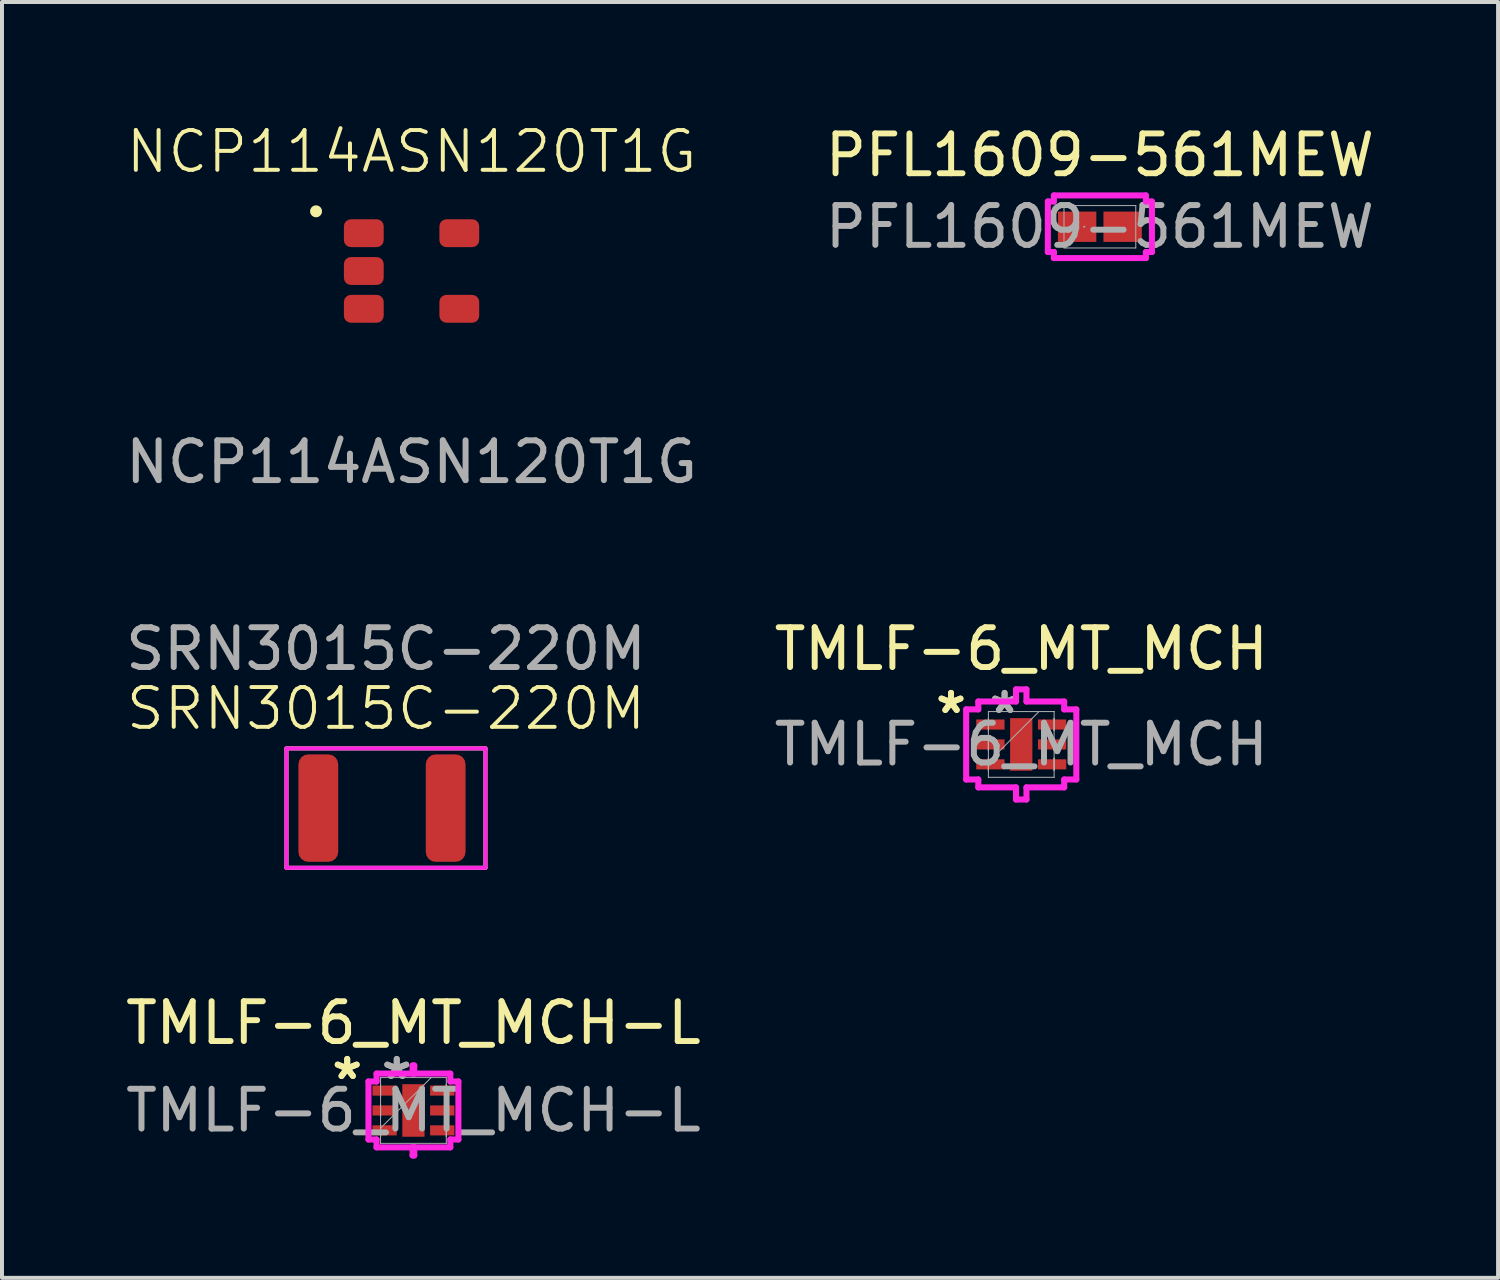
<source format=kicad_pcb>
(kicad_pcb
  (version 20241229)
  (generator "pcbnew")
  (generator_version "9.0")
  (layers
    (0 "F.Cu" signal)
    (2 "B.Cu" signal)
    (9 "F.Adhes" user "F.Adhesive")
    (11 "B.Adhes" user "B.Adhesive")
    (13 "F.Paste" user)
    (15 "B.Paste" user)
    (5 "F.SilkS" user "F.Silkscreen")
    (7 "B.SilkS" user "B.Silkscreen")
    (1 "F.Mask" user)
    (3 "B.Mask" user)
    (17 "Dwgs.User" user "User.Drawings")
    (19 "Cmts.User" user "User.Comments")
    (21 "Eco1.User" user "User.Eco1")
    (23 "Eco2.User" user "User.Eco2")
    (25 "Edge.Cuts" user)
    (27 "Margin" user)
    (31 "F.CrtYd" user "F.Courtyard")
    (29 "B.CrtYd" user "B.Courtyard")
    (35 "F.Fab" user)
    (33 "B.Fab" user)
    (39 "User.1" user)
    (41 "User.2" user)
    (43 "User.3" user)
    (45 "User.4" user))
  (footprint "TMLF-6_MT_MCH"
    (layer "F.Cu")
    (at 22.613 15.657)
    (property "Reference" "TMLF-6_MT_MCH" (at 0 -2.4 0) (unlocked yes) (layer "F.SilkS") (effects (font (size 1 1) (thickness 0.15))))
    (attr smd)
    (fp_line (start -1.384 -0.881) (end -1.079 -0.881) (stroke (width 0.152) (type solid)) (layer "F.CrtYd"))
    (fp_line (start -1.384 0.881) (end -1.384 -0.881) (stroke (width 0.152) (type solid)) (layer "F.CrtYd"))
    (fp_line (start -1.079 -1.079) (end -0.131 -1.079) (stroke (width 0.152) (type solid)) (layer "F.CrtYd"))
    (fp_line (start -1.079 -0.881) (end -1.079 -1.079) (stroke (width 0.152) (type solid)) (layer "F.CrtYd"))
    (fp_line (start -1.079 0.881) (end -1.384 0.881) (stroke (width 0.152) (type solid)) (layer "F.CrtYd"))
    (fp_line (start -1.079 1.079) (end -1.079 0.881) (stroke (width 0.152) (type solid)) (layer "F.CrtYd"))
    (fp_line (start -0.131 -1.384) (end 0.131 -1.384) (stroke (width 0.152) (type solid)) (layer "F.CrtYd"))
    (fp_line (start -0.131 -1.079) (end -0.131 -1.384) (stroke (width 0.152) (type solid)) (layer "F.CrtYd"))
    (fp_line (start -0.131 1.079) (end -1.079 1.079) (stroke (width 0.152) (type solid)) (layer "F.CrtYd"))
    (fp_line (start -0.131 1.384) (end -0.131 1.079) (stroke (width 0.152) (type solid)) (layer "F.CrtYd"))
    (fp_line (start 0.131 -1.384) (end 0.131 -1.079) (stroke (width 0.152) (type solid)) (layer "F.CrtYd"))
    (fp_line (start 0.131 -1.079) (end 1.079 -1.079) (stroke (width 0.152) (type solid)) (layer "F.CrtYd"))
    (fp_line (start 0.131 1.079) (end 0.131 1.384) (stroke (width 0.152) (type solid)) (layer "F.CrtYd"))
    (fp_line (start 0.131 1.384) (end -0.131 1.384) (stroke (width 0.152) (type solid)) (layer "F.CrtYd"))
    (fp_line (start 1.079 -1.079) (end 1.079 -0.881) (stroke (width 0.152) (type solid)) (layer "F.CrtYd"))
    (fp_line (start 1.079 -0.881) (end 1.384 -0.881) (stroke (width 0.152) (type solid)) (layer "F.CrtYd"))
    (fp_line (start 1.079 0.881) (end 1.079 1.079) (stroke (width 0.152) (type solid)) (layer "F.CrtYd"))
    (fp_line (start 1.079 1.079) (end 0.131 1.079) (stroke (width 0.152) (type solid)) (layer "F.CrtYd"))
    (fp_line (start 1.384 -0.881) (end 1.384 0.881) (stroke (width 0.152) (type solid)) (layer "F.CrtYd"))
    (fp_line (start 1.384 0.881) (end 1.079 0.881) (stroke (width 0.152) (type solid)) (layer "F.CrtYd"))
    (fp_line (start -0.826 -0.826) (end -0.826 -0.826) (stroke (width 0.025) (type solid)) (layer "F.Fab"))
    (fp_line (start -0.826 -0.826) (end -0.826 0.826) (stroke (width 0.025) (type solid)) (layer "F.Fab"))
    (fp_line (start -0.826 -0.652) (end -0.826 -0.652) (stroke (width 0.025) (type solid)) (layer "F.Fab"))
    (fp_line (start -0.826 -0.652) (end -0.826 -0.348) (stroke (width 0.025) (type solid)) (layer "F.Fab"))
    (fp_line (start -0.826 -0.348) (end -0.826 -0.652) (stroke (width 0.025) (type solid)) (layer "F.Fab"))
    (fp_line (start -0.826 -0.348) (end -0.826 -0.348) (stroke (width 0.025) (type solid)) (layer "F.Fab"))
    (fp_line (start -0.826 -0.152) (end -0.826 -0.152) (stroke (width 0.025) (type solid)) (layer "F.Fab"))
    (fp_line (start -0.826 -0.152) (end -0.826 0.152) (stroke (width 0.025) (type solid)) (layer "F.Fab"))
    (fp_line (start -0.826 0.152) (end -0.826 -0.152) (stroke (width 0.025) (type solid)) (layer "F.Fab"))
    (fp_line (start -0.826 0.152) (end -0.826 0.152) (stroke (width 0.025) (type solid)) (layer "F.Fab"))
    (fp_line (start -0.826 0.348) (end -0.826 0.348) (stroke (width 0.025) (type solid)) (layer "F.Fab"))
    (fp_line (start -0.826 0.348) (end -0.826 0.652) (stroke (width 0.025) (type solid)) (layer "F.Fab"))
    (fp_line (start -0.826 0.445) (end 0.445 -0.826) (stroke (width 0.025) (type solid)) (layer "F.Fab"))
    (fp_line (start -0.826 0.652) (end -0.826 0.348) (stroke (width 0.025) (type solid)) (layer "F.Fab"))
    (fp_line (start -0.826 0.652) (end -0.826 0.652) (stroke (width 0.025) (type solid)) (layer "F.Fab"))
    (fp_line (start -0.826 0.826) (end -0.826 0.826) (stroke (width 0.025) (type solid)) (layer "F.Fab"))
    (fp_line (start -0.826 0.826) (end 0.826 0.826) (stroke (width 0.025) (type solid)) (layer "F.Fab"))
    (fp_line (start 0.826 -0.826) (end -0.826 -0.826) (stroke (width 0.025) (type solid)) (layer "F.Fab"))
    (fp_line (start 0.826 -0.826) (end 0.826 -0.826) (stroke (width 0.025) (type solid)) (layer "F.Fab"))
    (fp_line (start 0.826 -0.652) (end 0.826 -0.652) (stroke (width 0.025) (type solid)) (layer "F.Fab"))
    (fp_line (start 0.826 -0.652) (end 0.826 -0.348) (stroke (width 0.025) (type solid)) (layer "F.Fab"))
    (fp_line (start 0.826 -0.348) (end 0.826 -0.652) (stroke (width 0.025) (type solid)) (layer "F.Fab"))
    (fp_line (start 0.826 -0.348) (end 0.826 -0.348) (stroke (width 0.025) (type solid)) (layer "F.Fab"))
    (fp_line (start 0.826 -0.152) (end 0.826 -0.152) (stroke (width 0.025) (type solid)) (layer "F.Fab"))
    (fp_line (start 0.826 -0.152) (end 0.826 0.152) (stroke (width 0.025) (type solid)) (layer "F.Fab"))
    (fp_line (start 0.826 0.152) (end 0.826 -0.152) (stroke (width 0.025) (type solid)) (layer "F.Fab"))
    (fp_line (start 0.826 0.152) (end 0.826 0.152) (stroke (width 0.025) (type solid)) (layer "F.Fab"))
    (fp_line (start 0.826 0.348) (end 0.826 0.348) (stroke (width 0.025) (type solid)) (layer "F.Fab"))
    (fp_line (start 0.826 0.348) (end 0.826 0.652) (stroke (width 0.025) (type solid)) (layer "F.Fab"))
    (fp_line (start 0.826 0.652) (end 0.826 0.348) (stroke (width 0.025) (type solid)) (layer "F.Fab"))
    (fp_line (start 0.826 0.652) (end 0.826 0.652) (stroke (width 0.025) (type solid)) (layer "F.Fab"))
    (fp_line (start 0.826 0.826) (end 0.826 -0.826) (stroke (width 0.025) (type solid)) (layer "F.Fab"))
    (fp_line (start 0.826 0.826) (end 0.826 0.826) (stroke (width 0.025) (type solid)) (layer "F.Fab"))
    (fp_text user "*" (at -1.765 -0.75 0) (layer "F.SilkS") (effects (font (size 1 1) (thickness 0.15))))
    (fp_text user "*" (at -1.765 -0.75 0) (unlocked yes) (layer "F.SilkS") (effects (font (size 1 1) (thickness 0.15))))
    (fp_text user "*" (at -0.419 -0.75 0) (layer "F.Fab") (effects (font (size 1 1) (thickness 0.15))))
    (fp_text user "*" (at -0.419 -0.75 0) (unlocked yes) (layer "F.Fab") (effects (font (size 1 1) (thickness 0.15))))
    (fp_text user "${REFERENCE}" (at 0 0 0) (unlocked yes) (layer "F.Fab") (effects (font (size 1 1) (thickness 0.15))))
    (pad "1" smd rect (at -0.775 -0.5 90) (size 0.254 0.711) (layers "F.Cu" "F.Mask" "F.Paste"))
    (pad "2" smd rect (at -0.775 0 90) (size 0.254 0.711) (layers "F.Cu" "F.Mask" "F.Paste"))
    (pad "3" smd rect (at -0.775 0.5 90) (size 0.254 0.711) (layers "F.Cu" "F.Mask" "F.Paste"))
    (pad "4" smd rect (at 0.775 0.5 90) (size 0.254 0.711) (layers "F.Cu" "F.Mask" "F.Paste"))
    (pad "5" smd rect (at 0.775 0 90) (size 0.254 0.711) (layers "F.Cu" "F.Mask" "F.Paste"))
    (pad "6" smd rect (at 0.775 -0.5 90) (size 0.254 0.711) (layers "F.Cu" "F.Mask" "F.Paste"))
    (pad "7" smd rect (at 0 0) (size 0.559 1.321) (layers "F.Cu" "F.Mask" "F.Paste")))
  (footprint "SRN3015C-220M"
    (layer "F.Cu")
    (at 6.649 17.257)
    (property "Reference" "SRN3015C-220M" (at 0 -2.5 0) (unlocked yes) (layer "F.SilkS") (effects (font (size 1 1) (thickness 0.1))))
    (attr smd)
    (fp_line (start -2.5 -1.5) (end -2.5 1.5) (stroke (width 0.1) (type default)) (layer "F.SilkS"))
    (fp_line (start -2.5 1.5) (end 2.5 1.5) (stroke (width 0.1) (type default)) (layer "F.SilkS"))
    (fp_line (start 2.5 -1.5) (end -2.5 -1.5) (stroke (width 0.1) (type default)) (layer "F.SilkS"))
    (fp_line (start 2.5 -1.5) (end 2.5 1.5) (stroke (width 0.1) (type default)) (layer "F.SilkS"))
    (fp_line (start -2.5 -1.5) (end -2.5 1.5) (stroke (width 0.1) (type default)) (layer "F.CrtYd"))
    (fp_line (start -2.5 1.5) (end 2.5 1.5) (stroke (width 0.1) (type default)) (layer "F.CrtYd"))
    (fp_line (start 2.5 -1.5) (end -2.5 -1.5) (stroke (width 0.1) (type default)) (layer "F.CrtYd"))
    (fp_line (start 2.5 1.5) (end 2.5 -1.5) (stroke (width 0.1) (type default)) (layer "F.CrtYd"))
    (fp_text user "${REFERENCE}" (at 0 -4 0) (unlocked yes) (layer "F.Fab") (effects (font (size 1 1) (thickness 0.15))))
    (pad "1" smd roundrect (at -1.7 0) (size 1 2.7) (layers "F.Cu" "F.Mask" "F.Paste") (roundrect_rratio 0.25))
    (pad "2" smd roundrect (at 1.5 0) (size 1 2.7) (layers "F.Cu" "F.Mask" "F.Paste") (roundrect_rratio 0.25))
    (zone (net_name "") (layers "F.Cu" "B.Cu" "F.CrtYd") (hatch edge 0.5) (connect_pads) (min_thickness 0.25) (filled_areas_thickness no) (keepout (tracks not_allowed) (vias not_allowed) (pads not_allowed) (copperpour allowed) (footprints allowed)) (placement (enabled no)) (fill) (polygon (pts (xy 5.649 15.757) (xy 7.449 15.757) (xy 7.449 18.757) (xy 5.649 18.757)))))
  (footprint "TMLF-6_MT_MCH-L"
    (layer "F.Cu")
    (at 7.339 24.855)
    (property "Reference" "TMLF-6_MT_MCH-L" (at 0 -2.2 0) (unlocked yes) (layer "F.SilkS") (effects (font (size 1 1) (thickness 0.15))))
    (attr smd)
    (fp_line (start -1.13 -0.729) (end -0.927 -0.729) (stroke (width 0.152) (type solid)) (layer "F.CrtYd"))
    (fp_line (start -1.13 0.729) (end -1.13 -0.729) (stroke (width 0.152) (type solid)) (layer "F.CrtYd"))
    (fp_line (start -0.927 -0.927) (end 0.021 -0.927) (stroke (width 0.152) (type solid)) (layer "F.CrtYd"))
    (fp_line (start -0.927 -0.729) (end -0.927 -0.927) (stroke (width 0.152) (type solid)) (layer "F.CrtYd"))
    (fp_line (start -0.927 0.729) (end -1.13 0.729) (stroke (width 0.152) (type solid)) (layer "F.CrtYd"))
    (fp_line (start -0.927 0.927) (end -0.927 0.729) (stroke (width 0.152) (type solid)) (layer "F.CrtYd"))
    (fp_line (start -0.021 -1.13) (end -0.021 -0.927) (stroke (width 0.152) (type solid)) (layer "F.CrtYd"))
    (fp_line (start -0.021 -0.927) (end 0.927 -0.927) (stroke (width 0.152) (type solid)) (layer "F.CrtYd"))
    (fp_line (start -0.021 0.927) (end -0.021 1.13) (stroke (width 0.152) (type solid)) (layer "F.CrtYd"))
    (fp_line (start -0.021 1.13) (end 0.021 1.13) (stroke (width 0.152) (type solid)) (layer "F.CrtYd"))
    (fp_line (start 0.021 -1.13) (end -0.021 -1.13) (stroke (width 0.152) (type solid)) (layer "F.CrtYd"))
    (fp_line (start 0.021 -0.927) (end 0.021 -1.13) (stroke (width 0.152) (type solid)) (layer "F.CrtYd"))
    (fp_line (start 0.021 0.927) (end -0.927 0.927) (stroke (width 0.152) (type solid)) (layer "F.CrtYd"))
    (fp_line (start 0.021 1.13) (end 0.021 0.927) (stroke (width 0.152) (type solid)) (layer "F.CrtYd"))
    (fp_line (start 0.927 -0.927) (end 0.927 -0.729) (stroke (width 0.152) (type solid)) (layer "F.CrtYd"))
    (fp_line (start 0.927 -0.729) (end 1.13 -0.729) (stroke (width 0.152) (type solid)) (layer "F.CrtYd"))
    (fp_line (start 0.927 0.729) (end 0.927 0.927) (stroke (width 0.152) (type solid)) (layer "F.CrtYd"))
    (fp_line (start 0.927 0.927) (end -0.021 0.927) (stroke (width 0.152) (type solid)) (layer "F.CrtYd"))
    (fp_line (start 1.13 -0.729) (end 1.13 0.729) (stroke (width 0.152) (type solid)) (layer "F.CrtYd"))
    (fp_line (start 1.13 0.729) (end 0.927 0.729) (stroke (width 0.152) (type solid)) (layer "F.CrtYd"))
    (fp_line (start -0.826 -0.826) (end -0.826 -0.826) (stroke (width 0.025) (type solid)) (layer "F.Fab"))
    (fp_line (start -0.826 -0.826) (end -0.826 0.826) (stroke (width 0.025) (type solid)) (layer "F.Fab"))
    (fp_line (start -0.826 -0.652) (end -0.826 -0.652) (stroke (width 0.025) (type solid)) (layer "F.Fab"))
    (fp_line (start -0.826 -0.652) (end -0.826 -0.348) (stroke (width 0.025) (type solid)) (layer "F.Fab"))
    (fp_line (start -0.826 -0.348) (end -0.826 -0.652) (stroke (width 0.025) (type solid)) (layer "F.Fab"))
    (fp_line (start -0.826 -0.348) (end -0.826 -0.348) (stroke (width 0.025) (type solid)) (layer "F.Fab"))
    (fp_line (start -0.826 -0.152) (end -0.826 -0.152) (stroke (width 0.025) (type solid)) (layer "F.Fab"))
    (fp_line (start -0.826 -0.152) (end -0.826 0.152) (stroke (width 0.025) (type solid)) (layer "F.Fab"))
    (fp_line (start -0.826 0.152) (end -0.826 -0.152) (stroke (width 0.025) (type solid)) (layer "F.Fab"))
    (fp_line (start -0.826 0.152) (end -0.826 0.152) (stroke (width 0.025) (type solid)) (layer "F.Fab"))
    (fp_line (start -0.826 0.348) (end -0.826 0.348) (stroke (width 0.025) (type solid)) (layer "F.Fab"))
    (fp_line (start -0.826 0.348) (end -0.826 0.652) (stroke (width 0.025) (type solid)) (layer "F.Fab"))
    (fp_line (start -0.826 0.445) (end 0.445 -0.826) (stroke (width 0.025) (type solid)) (layer "F.Fab"))
    (fp_line (start -0.826 0.652) (end -0.826 0.348) (stroke (width 0.025) (type solid)) (layer "F.Fab"))
    (fp_line (start -0.826 0.652) (end -0.826 0.652) (stroke (width 0.025) (type solid)) (layer "F.Fab"))
    (fp_line (start -0.826 0.826) (end -0.826 0.826) (stroke (width 0.025) (type solid)) (layer "F.Fab"))
    (fp_line (start -0.826 0.826) (end 0.826 0.826) (stroke (width 0.025) (type solid)) (layer "F.Fab"))
    (fp_line (start 0.826 -0.826) (end -0.826 -0.826) (stroke (width 0.025) (type solid)) (layer "F.Fab"))
    (fp_line (start 0.826 -0.826) (end 0.826 -0.826) (stroke (width 0.025) (type solid)) (layer "F.Fab"))
    (fp_line (start 0.826 -0.652) (end 0.826 -0.652) (stroke (width 0.025) (type solid)) (layer "F.Fab"))
    (fp_line (start 0.826 -0.652) (end 0.826 -0.348) (stroke (width 0.025) (type solid)) (layer "F.Fab"))
    (fp_line (start 0.826 -0.348) (end 0.826 -0.652) (stroke (width 0.025) (type solid)) (layer "F.Fab"))
    (fp_line (start 0.826 -0.348) (end 0.826 -0.348) (stroke (width 0.025) (type solid)) (layer "F.Fab"))
    (fp_line (start 0.826 -0.152) (end 0.826 -0.152) (stroke (width 0.025) (type solid)) (layer "F.Fab"))
    (fp_line (start 0.826 -0.152) (end 0.826 0.152) (stroke (width 0.025) (type solid)) (layer "F.Fab"))
    (fp_line (start 0.826 0.152) (end 0.826 -0.152) (stroke (width 0.025) (type solid)) (layer "F.Fab"))
    (fp_line (start 0.826 0.152) (end 0.826 0.152) (stroke (width 0.025) (type solid)) (layer "F.Fab"))
    (fp_line (start 0.826 0.348) (end 0.826 0.348) (stroke (width 0.025) (type solid)) (layer "F.Fab"))
    (fp_line (start 0.826 0.348) (end 0.826 0.652) (stroke (width 0.025) (type solid)) (layer "F.Fab"))
    (fp_line (start 0.826 0.652) (end 0.826 0.348) (stroke (width 0.025) (type solid)) (layer "F.Fab"))
    (fp_line (start 0.826 0.652) (end 0.826 0.652) (stroke (width 0.025) (type solid)) (layer "F.Fab"))
    (fp_line (start 0.826 0.826) (end 0.826 -0.826) (stroke (width 0.025) (type solid)) (layer "F.Fab"))
    (fp_line (start 0.826 0.826) (end 0.826 0.826) (stroke (width 0.025) (type solid)) (layer "F.Fab"))
    (fp_text user "*" (at -1.664 -0.75 0) (layer "F.SilkS") (effects (font (size 1 1) (thickness 0.15))))
    (fp_text user "*" (at -1.664 -0.75 0) (unlocked yes) (layer "F.SilkS") (effects (font (size 1 1) (thickness 0.15))))
    (fp_text user "${REFERENCE}" (at 0 0 0) (unlocked yes) (layer "F.Fab") (effects (font (size 1 1) (thickness 0.15))))
    (fp_text user "*" (at -0.419 -0.75 0) (layer "F.Fab") (effects (font (size 1 1) (thickness 0.15))))
    (fp_text user "*" (at -0.419 -0.75 0) (unlocked yes) (layer "F.Fab") (effects (font (size 1 1) (thickness 0.15))))
    (pad "1" smd rect (at -0.724 -0.5 90) (size 0.254 0.61) (layers "F.Cu" "F.Mask" "F.Paste"))
    (pad "2" smd rect (at -0.724 0 90) (size 0.254 0.61) (layers "F.Cu" "F.Mask" "F.Paste"))
    (pad "3" smd rect (at -0.724 0.5 90) (size 0.254 0.61) (layers "F.Cu" "F.Mask" "F.Paste"))
    (pad "4" smd rect (at 0.724 0.5 90) (size 0.254 0.61) (layers "F.Cu" "F.Mask" "F.Paste"))
    (pad "5" smd rect (at 0.724 0 90) (size 0.254 0.61) (layers "F.Cu" "F.Mask" "F.Paste"))
    (pad "6" smd rect (at 0.724 -0.5 90) (size 0.254 0.61) (layers "F.Cu" "F.Mask" "F.Paste"))
    (pad "7" smd rect (at 0 0) (size 0.559 1.321) (layers "F.Cu" "F.Mask" "F.Paste")))
  (footprint "NCP114ASN120T1G"
    (layer "F.Cu")
    (at 7.292 3.76)
    (property "Reference" "NCP114ASN120T1G" (at 0 -3 0) (unlocked yes) (layer "F.SilkS") (effects (font (size 1 1) (thickness 0.1))))
    (attr smd)
    (fp_circle (center -2.4 -1.5) (end -2.3 -1.5) (stroke (width 0.1) (type solid)) (fill yes) (layer "F.SilkS"))
    (fp_line (start -2 -1.7) (end -2 1.7) (stroke (width 0.1) (type default)) (layer "Margin"))
    (fp_line (start -2 1.7) (end 2 1.7) (stroke (width 0.1) (type default)) (layer "Margin"))
    (fp_line (start 2 -1.7) (end -2 -1.7) (stroke (width 0.1) (type default)) (layer "Margin"))
    (fp_line (start 2 1.7) (end 2 -1.7) (stroke (width 0.1) (type default)) (layer "Margin"))
    (fp_text user "${REFERENCE}" (at 0 4.8 0) (unlocked yes) (layer "F.Fab") (effects (font (size 1 1) (thickness 0.15))))
    (pad "1" smd roundrect (at -1.2 -0.95) (size 1 0.7) (layers "F.Cu" "F.Mask" "F.Paste") (roundrect_rratio 0.25))
    (pad "2" smd roundrect (at -1.2 0) (size 1 0.7) (layers "F.Cu" "F.Mask" "F.Paste") (roundrect_rratio 0.25))
    (pad "3" smd roundrect (at -1.2 0.95) (size 1 0.7) (layers "F.Cu" "F.Mask" "F.Paste") (roundrect_rratio 0.25))
    (pad "4" smd roundrect (at 1.2 0.95) (size 1 0.7) (layers "F.Cu" "F.Mask" "F.Paste") (roundrect_rratio 0.25))
    (pad "5" smd roundrect (at 1.2 -0.95) (size 1 0.7) (layers "F.Cu" "F.Mask" "F.Paste") (roundrect_rratio 0.25)))
  (footprint "PFL1609-561MEW"
    (layer "F.Cu")
    (at 24.589 2.648)
    (property "Reference" "PFL1609-561MEW" (at 0 -1.8 0) (unlocked yes) (layer "F.SilkS") (effects (font (size 1 1) (thickness 0.15))))
    (attr smd)
    (fp_line (start -1.308 -0.635) (end -1.156 -0.635) (stroke (width 0.152) (type solid)) (layer "F.CrtYd"))
    (fp_line (start -1.308 0.635) (end -1.308 -0.635) (stroke (width 0.152) (type solid)) (layer "F.CrtYd"))
    (fp_line (start -1.156 -0.787) (end 1.156 -0.787) (stroke (width 0.152) (type solid)) (layer "F.CrtYd"))
    (fp_line (start -1.156 -0.635) (end -1.156 -0.787) (stroke (width 0.152) (type solid)) (layer "F.CrtYd"))
    (fp_line (start -1.156 0.635) (end -1.308 0.635) (stroke (width 0.152) (type solid)) (layer "F.CrtYd"))
    (fp_line (start -1.156 0.787) (end -1.156 0.635) (stroke (width 0.152) (type solid)) (layer "F.CrtYd"))
    (fp_line (start 1.156 -0.787) (end 1.156 -0.635) (stroke (width 0.152) (type solid)) (layer "F.CrtYd"))
    (fp_line (start 1.156 -0.635) (end 1.308 -0.635) (stroke (width 0.152) (type solid)) (layer "F.CrtYd"))
    (fp_line (start 1.156 0.635) (end 1.156 0.787) (stroke (width 0.152) (type solid)) (layer "F.CrtYd"))
    (fp_line (start 1.156 0.787) (end -1.156 0.787) (stroke (width 0.152) (type solid)) (layer "F.CrtYd"))
    (fp_line (start 1.308 -0.635) (end 1.308 0.635) (stroke (width 0.152) (type solid)) (layer "F.CrtYd"))
    (fp_line (start 1.308 0.635) (end 1.156 0.635) (stroke (width 0.152) (type solid)) (layer "F.CrtYd"))
    (fp_line (start -0.902 -0.533) (end -0.902 0.533) (stroke (width 0.025) (type solid)) (layer "F.Fab"))
    (fp_line (start -0.902 0.533) (end 0.902 0.533) (stroke (width 0.025) (type solid)) (layer "F.Fab"))
    (fp_line (start 0.902 -0.533) (end -0.902 -0.533) (stroke (width 0.025) (type solid)) (layer "F.Fab"))
    (fp_line (start 0.902 0.533) (end 0.902 -0.533) (stroke (width 0.025) (type solid)) (layer "F.Fab"))
    (fp_circle (center -0.394 0) (end -0.394 0) (stroke (width 0.025) (type solid)) (fill no) (layer "F.Fab"))
    (fp_text user "${REFERENCE}" (at 0 0 0) (unlocked yes) (layer "F.Fab") (effects (font (size 1 1) (thickness 0.15))))
    (pad "1" smd rect (at -0.572 0 90) (size 0.762 0.965) (layers "F.Cu" "F.Mask" "F.Paste"))
    (pad "2" smd rect (at 0.572 0 90) (size 0.762 0.965) (layers "F.Cu" "F.Mask" "F.Paste"))
    (zone (net_name "") (layer "F.Cu") (hatch full 0.508) (connect_pads) (min_thickness 0.254) (filled_areas_thickness no) (keepout (tracks not_allowed) (vias not_allowed) (pads allowed) (copperpour not_allowed) (footprints allowed)) (placement (enabled no)) (fill) (polygon (pts (xy 23.738 2.166) (xy 25.44 2.166) (xy 25.44 2.216) (xy 23.738 2.216))))
    (zone (net_name "") (layer "F.Cu") (hatch full 0.508) (connect_pads) (min_thickness 0.254) (filled_areas_thickness no) (keepout (tracks not_allowed) (vias not_allowed) (pads allowed) (copperpour not_allowed) (footprints allowed)) (placement (enabled no)) (fill) (polygon (pts (xy 23.738 3.08) (xy 25.44 3.08) (xy 25.44 3.131) (xy 23.738 3.131))))
    (zone (net_name "") (layer "F.Cu") (hatch full 0.508) (connect_pads) (min_thickness 0.254) (filled_areas_thickness no) (keepout (tracks not_allowed) (vias not_allowed) (pads allowed) (copperpour not_allowed) (footprints allowed)) (placement (enabled no)) (fill) (polygon (pts (xy 24.551 2.216) (xy 24.627 2.216) (xy 24.627 3.08) (xy 24.551 3.08)))))
  (gr_rect
    (start -3 -3)
    (end 34.595 29.062)
    (stroke (width 0.1) (type default))
    (fill no)
    (layer "Edge.Cuts")))
</source>
